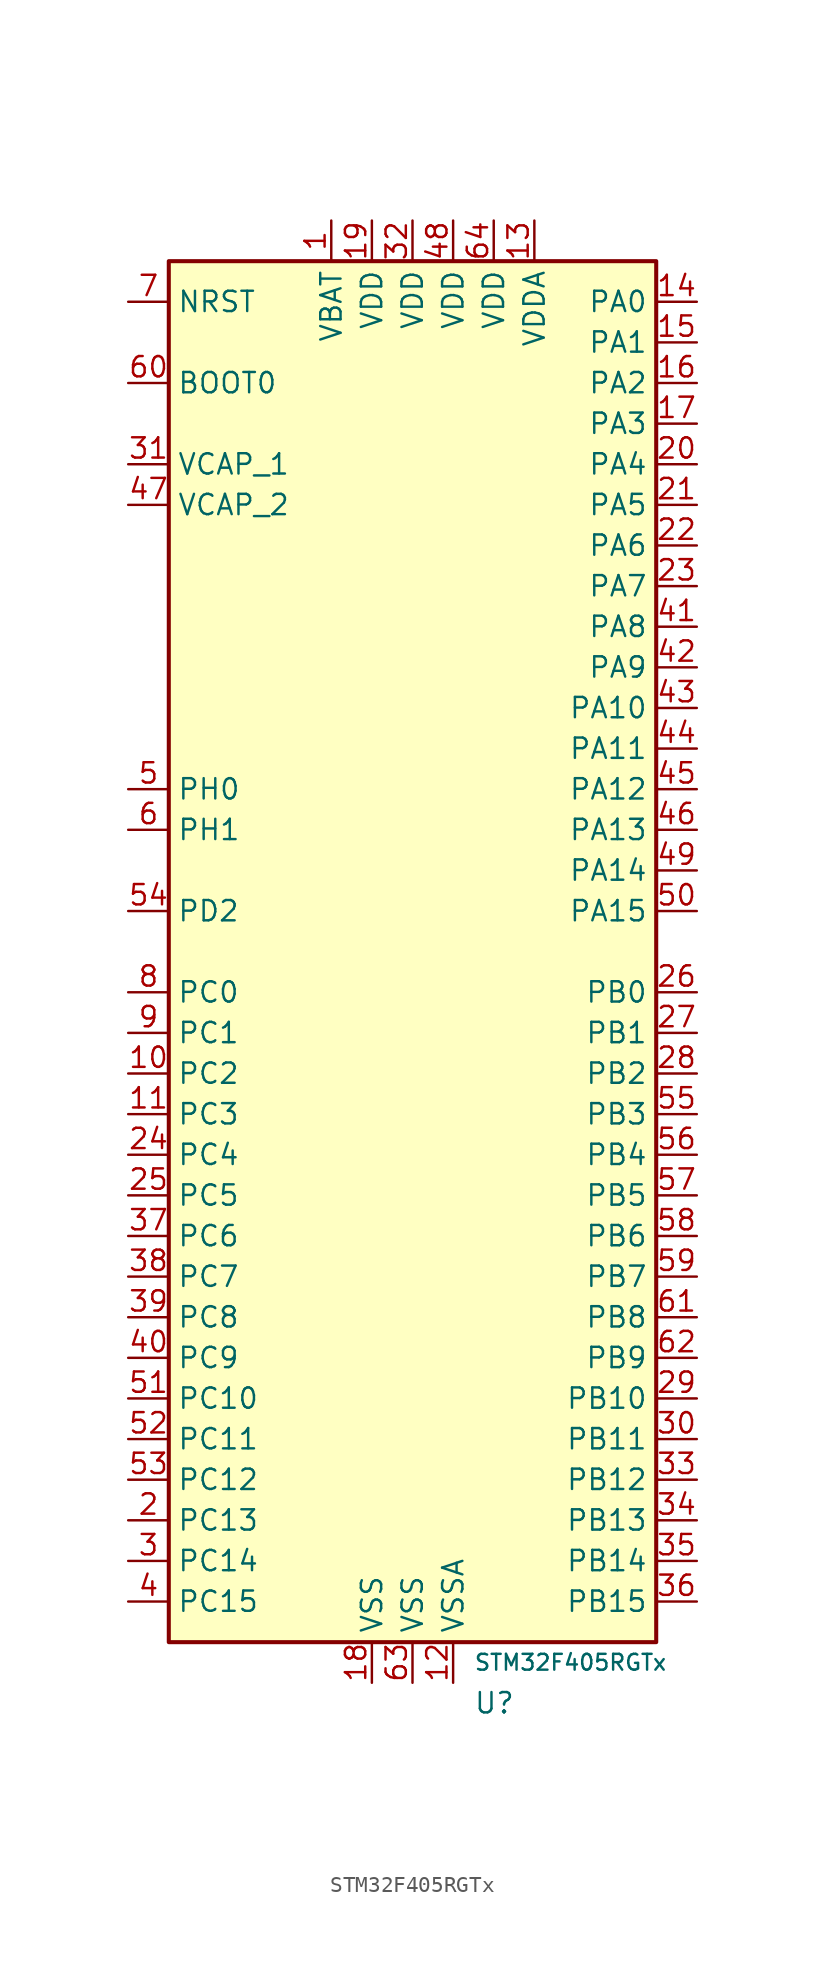
<source format=kicad_sym>
(kicad_symbol_lib
  (version 20211014)
  (generator kicad_symbol_editor)
  (symbol "STM32F405RGTx"
    (property "Reference" "U"
      (at 3.81 -46.99 0)
      (effects (font (size 1.27 1.27)) (justify left)))
    (property "Value" "STM32F405RGTx"
      (at 3.81 -44.45 0)
      (effects (font (size 0.991 0.991)) (justify left)))
    (symbol "STM32F405RGTx_0_1"
      (rectangle (start -15.24 -43.18) (end 15.24 43.18) (stroke (width 0.254) (type default) (color 0 0 0 0)) (fill (type background))))
    (symbol "STM32F405RGTx_1_1"
      (pin power_in line (at -5.08 45.72 270) (length 2.54) (name "VBAT" (effects (font (size 1.27 1.27)))) (number "1" (effects (font (size 1.27 1.27)))))
      (pin bidirectional line (at -17.78 -7.62 0) (length 2.54) (name "PC2" (effects (font (size 1.27 1.27)))) (number "10" (effects (font (size 1.27 1.27)))))
      (pin bidirectional line (at -17.78 -10.16 0) (length 2.54) (name "PC3" (effects (font (size 1.27 1.27)))) (number "11" (effects (font (size 1.27 1.27)))))
      (pin power_in line (at 2.54 -45.72 90) (length 2.54) (name "VSSA" (effects (font (size 1.27 1.27)))) (number "12" (effects (font (size 1.27 1.27)))))
      (pin power_in line (at 7.62 45.72 270) (length 2.54) (name "VDDA" (effects (font (size 1.27 1.27)))) (number "13" (effects (font (size 1.27 1.27)))))
      (pin bidirectional line (at 17.78 40.64 180) (length 2.54) (name "PA0" (effects (font (size 1.27 1.27)))) (number "14" (effects (font (size 1.27 1.27)))))
      (pin bidirectional line (at 17.78 38.1 180) (length 2.54) (name "PA1" (effects (font (size 1.27 1.27)))) (number "15" (effects (font (size 1.27 1.27)))))
      (pin bidirectional line (at 17.78 35.56 180) (length 2.54) (name "PA2" (effects (font (size 1.27 1.27)))) (number "16" (effects (font (size 1.27 1.27)))))
      (pin bidirectional line (at 17.78 33.02 180) (length 2.54) (name "PA3" (effects (font (size 1.27 1.27)))) (number "17" (effects (font (size 1.27 1.27)))))
      (pin power_in line (at -2.54 -45.72 90) (length 2.54) (name "VSS" (effects (font (size 1.27 1.27)))) (number "18" (effects (font (size 1.27 1.27)))))
      (pin power_in line (at -2.54 45.72 270) (length 2.54) (name "VDD" (effects (font (size 1.27 1.27)))) (number "19" (effects (font (size 1.27 1.27)))))
      (pin bidirectional line (at -17.78 -35.56 0) (length 2.54) (name "PC13" (effects (font (size 1.27 1.27)))) (number "2" (effects (font (size 1.27 1.27)))))
      (pin bidirectional line (at 17.78 30.48 180) (length 2.54) (name "PA4" (effects (font (size 1.27 1.27)))) (number "20" (effects (font (size 1.27 1.27)))))
      (pin bidirectional line (at 17.78 27.94 180) (length 2.54) (name "PA5" (effects (font (size 1.27 1.27)))) (number "21" (effects (font (size 1.27 1.27)))))
      (pin bidirectional line (at 17.78 25.4 180) (length 2.54) (name "PA6" (effects (font (size 1.27 1.27)))) (number "22" (effects (font (size 1.27 1.27)))))
      (pin bidirectional line (at 17.78 22.86 180) (length 2.54) (name "PA7" (effects (font (size 1.27 1.27)))) (number "23" (effects (font (size 1.27 1.27)))))
      (pin bidirectional line (at -17.78 -12.7 0) (length 2.54) (name "PC4" (effects (font (size 1.27 1.27)))) (number "24" (effects (font (size 1.27 1.27)))))
      (pin bidirectional line (at -17.78 -15.24 0) (length 2.54) (name "PC5" (effects (font (size 1.27 1.27)))) (number "25" (effects (font (size 1.27 1.27)))))
      (pin bidirectional line (at 17.78 -2.54 180) (length 2.54) (name "PB0" (effects (font (size 1.27 1.27)))) (number "26" (effects (font (size 1.27 1.27)))))
      (pin bidirectional line (at 17.78 -5.08 180) (length 2.54) (name "PB1" (effects (font (size 1.27 1.27)))) (number "27" (effects (font (size 1.27 1.27)))))
      (pin bidirectional line (at 17.78 -7.62 180) (length 2.54) (name "PB2" (effects (font (size 1.27 1.27)))) (number "28" (effects (font (size 1.27 1.27)))))
      (pin bidirectional line (at 17.78 -27.94 180) (length 2.54) (name "PB10" (effects (font (size 1.27 1.27)))) (number "29" (effects (font (size 1.27 1.27)))))
      (pin bidirectional line (at -17.78 -38.1 0) (length 2.54) (name "PC14" (effects (font (size 1.27 1.27)))) (number "3" (effects (font (size 1.27 1.27)))))
      (pin bidirectional line (at 17.78 -30.48 180) (length 2.54) (name "PB11" (effects (font (size 1.27 1.27)))) (number "30" (effects (font (size 1.27 1.27)))))
      (pin passive line (at -17.78 30.48 0) (length 2.54) (name "VCAP_1" (effects (font (size 1.27 1.27)))) (number "31" (effects (font (size 1.27 1.27)))))
      (pin power_in line (at 0 45.72 270) (length 2.54) (name "VDD" (effects (font (size 1.27 1.27)))) (number "32" (effects (font (size 1.27 1.27)))))
      (pin bidirectional line (at 17.78 -33.02 180) (length 2.54) (name "PB12" (effects (font (size 1.27 1.27)))) (number "33" (effects (font (size 1.27 1.27)))))
      (pin bidirectional line (at 17.78 -35.56 180) (length 2.54) (name "PB13" (effects (font (size 1.27 1.27)))) (number "34" (effects (font (size 1.27 1.27)))))
      (pin bidirectional line (at 17.78 -38.1 180) (length 2.54) (name "PB14" (effects (font (size 1.27 1.27)))) (number "35" (effects (font (size 1.27 1.27)))))
      (pin bidirectional line (at 17.78 -40.64 180) (length 2.54) (name "PB15" (effects (font (size 1.27 1.27)))) (number "36" (effects (font (size 1.27 1.27)))))
      (pin bidirectional line (at -17.78 -17.78 0) (length 2.54) (name "PC6" (effects (font (size 1.27 1.27)))) (number "37" (effects (font (size 1.27 1.27)))))
      (pin bidirectional line (at -17.78 -20.32 0) (length 2.54) (name "PC7" (effects (font (size 1.27 1.27)))) (number "38" (effects (font (size 1.27 1.27)))))
      (pin bidirectional line (at -17.78 -22.86 0) (length 2.54) (name "PC8" (effects (font (size 1.27 1.27)))) (number "39" (effects (font (size 1.27 1.27)))))
      (pin bidirectional line (at -17.78 -40.64 0) (length 2.54) (name "PC15" (effects (font (size 1.27 1.27)))) (number "4" (effects (font (size 1.27 1.27)))))
      (pin bidirectional line (at -17.78 -25.4 0) (length 2.54) (name "PC9" (effects (font (size 1.27 1.27)))) (number "40" (effects (font (size 1.27 1.27)))))
      (pin bidirectional line (at 17.78 20.32 180) (length 2.54) (name "PA8" (effects (font (size 1.27 1.27)))) (number "41" (effects (font (size 1.27 1.27)))))
      (pin bidirectional line (at 17.78 17.78 180) (length 2.54) (name "PA9" (effects (font (size 1.27 1.27)))) (number "42" (effects (font (size 1.27 1.27)))))
      (pin bidirectional line (at 17.78 15.24 180) (length 2.54) (name "PA10" (effects (font (size 1.27 1.27)))) (number "43" (effects (font (size 1.27 1.27)))))
      (pin bidirectional line (at 17.78 12.7 180) (length 2.54) (name "PA11" (effects (font (size 1.27 1.27)))) (number "44" (effects (font (size 1.27 1.27)))))
      (pin bidirectional line (at 17.78 10.16 180) (length 2.54) (name "PA12" (effects (font (size 1.27 1.27)))) (number "45" (effects (font (size 1.27 1.27)))))
      (pin bidirectional line (at 17.78 7.62 180) (length 2.54) (name "PA13" (effects (font (size 1.27 1.27)))) (number "46" (effects (font (size 1.27 1.27)))))
      (pin passive line (at -17.78 27.94 0) (length 2.54) (name "VCAP_2" (effects (font (size 1.27 1.27)))) (number "47" (effects (font (size 1.27 1.27)))))
      (pin power_in line (at 2.54 45.72 270) (length 2.54) (name "VDD" (effects (font (size 1.27 1.27)))) (number "48" (effects (font (size 1.27 1.27)))))
      (pin bidirectional line (at 17.78 5.08 180) (length 2.54) (name "PA14" (effects (font (size 1.27 1.27)))) (number "49" (effects (font (size 1.27 1.27)))))
      (pin input line (at -17.78 10.16 0) (length 2.54) (name "PH0" (effects (font (size 1.27 1.27)))) (number "5" (effects (font (size 1.27 1.27)))))
      (pin bidirectional line (at 17.78 2.54 180) (length 2.54) (name "PA15" (effects (font (size 1.27 1.27)))) (number "50" (effects (font (size 1.27 1.27)))))
      (pin bidirectional line (at -17.78 -27.94 0) (length 2.54) (name "PC10" (effects (font (size 1.27 1.27)))) (number "51" (effects (font (size 1.27 1.27)))))
      (pin bidirectional line (at -17.78 -30.48 0) (length 2.54) (name "PC11" (effects (font (size 1.27 1.27)))) (number "52" (effects (font (size 1.27 1.27)))))
      (pin bidirectional line (at -17.78 -33.02 0) (length 2.54) (name "PC12" (effects (font (size 1.27 1.27)))) (number "53" (effects (font (size 1.27 1.27)))))
      (pin bidirectional line (at -17.78 2.54 0) (length 2.54) (name "PD2" (effects (font (size 1.27 1.27)))) (number "54" (effects (font (size 1.27 1.27)))))
      (pin bidirectional line (at 17.78 -10.16 180) (length 2.54) (name "PB3" (effects (font (size 1.27 1.27)))) (number "55" (effects (font (size 1.27 1.27)))))
      (pin bidirectional line (at 17.78 -12.7 180) (length 2.54) (name "PB4" (effects (font (size 1.27 1.27)))) (number "56" (effects (font (size 1.27 1.27)))))
      (pin bidirectional line (at 17.78 -15.24 180) (length 2.54) (name "PB5" (effects (font (size 1.27 1.27)))) (number "57" (effects (font (size 1.27 1.27)))))
      (pin bidirectional line (at 17.78 -17.78 180) (length 2.54) (name "PB6" (effects (font (size 1.27 1.27)))) (number "58" (effects (font (size 1.27 1.27)))))
      (pin bidirectional line (at 17.78 -20.32 180) (length 2.54) (name "PB7" (effects (font (size 1.27 1.27)))) (number "59" (effects (font (size 1.27 1.27)))))
      (pin input line (at -17.78 7.62 0) (length 2.54) (name "PH1" (effects (font (size 1.27 1.27)))) (number "6" (effects (font (size 1.27 1.27)))))
      (pin input line (at -17.78 35.56 0) (length 2.54) (name "BOOT0" (effects (font (size 1.27 1.27)))) (number "60" (effects (font (size 1.27 1.27)))))
      (pin bidirectional line (at 17.78 -22.86 180) (length 2.54) (name "PB8" (effects (font (size 1.27 1.27)))) (number "61" (effects (font (size 1.27 1.27)))))
      (pin bidirectional line (at 17.78 -25.4 180) (length 2.54) (name "PB9" (effects (font (size 1.27 1.27)))) (number "62" (effects (font (size 1.27 1.27)))))
      (pin power_in line (at 0 -45.72 90) (length 2.54) (name "VSS" (effects (font (size 1.27 1.27)))) (number "63" (effects (font (size 1.27 1.27)))))
      (pin power_in line (at 5.08 45.72 270) (length 2.54) (name "VDD" (effects (font (size 1.27 1.27)))) (number "64" (effects (font (size 1.27 1.27)))))
      (pin input line (at -17.78 40.64 0) (length 2.54) (name "NRST" (effects (font (size 1.27 1.27)))) (number "7" (effects (font (size 1.27 1.27)))))
      (pin bidirectional line (at -17.78 -2.54 0) (length 2.54) (name "PC0" (effects (font (size 1.27 1.27)))) (number "8" (effects (font (size 1.27 1.27)))))
      (pin bidirectional line (at -17.78 -5.08 0) (length 2.54) (name "PC1" (effects (font (size 1.27 1.27)))) (number "9" (effects (font (size 1.27 1.27))))))))
</source>
